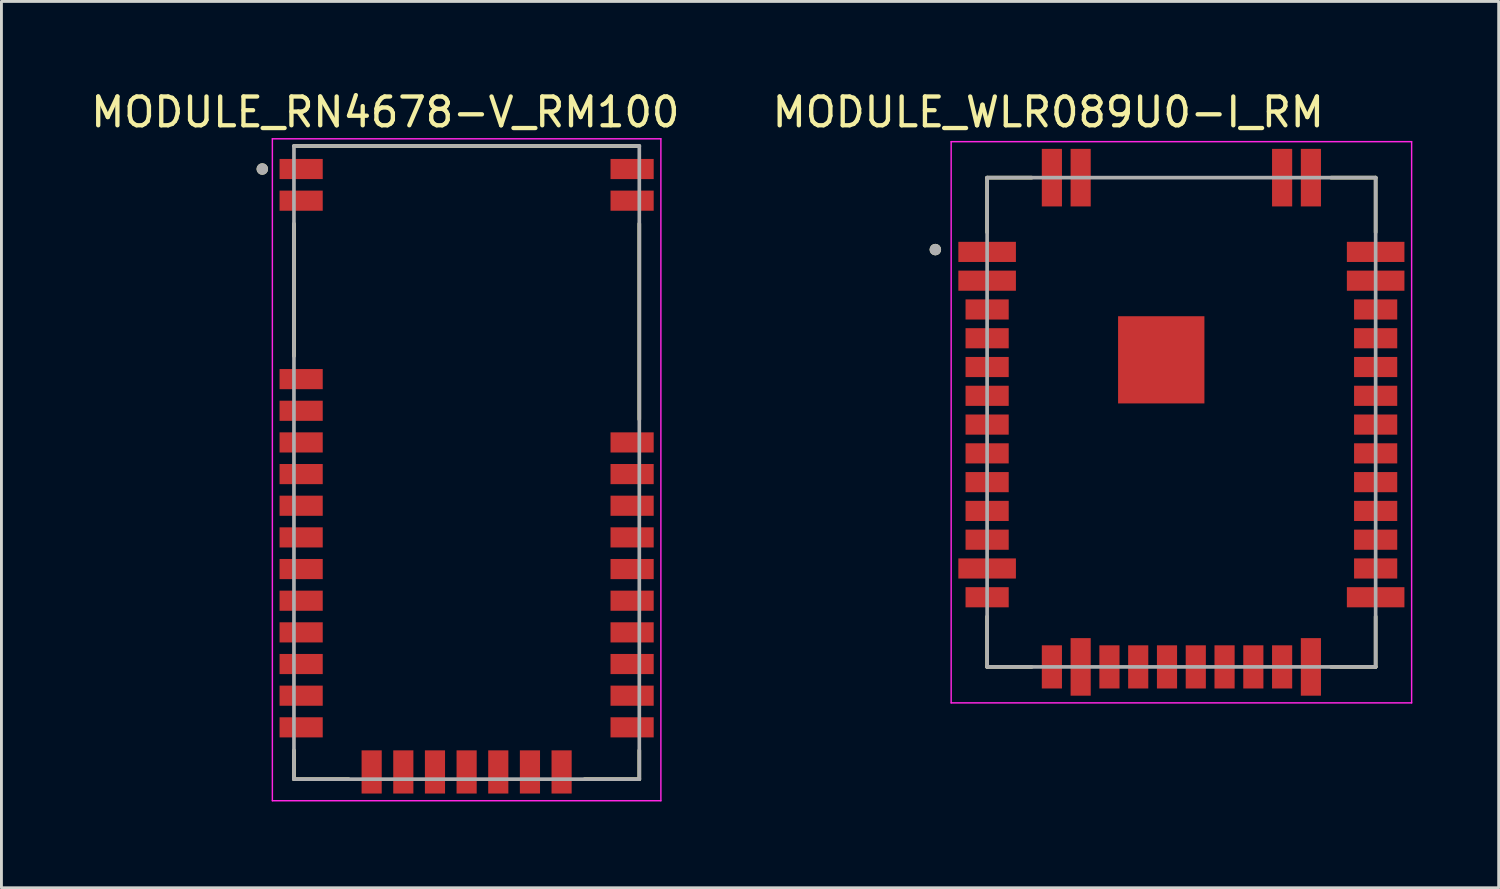
<source format=kicad_pcb>
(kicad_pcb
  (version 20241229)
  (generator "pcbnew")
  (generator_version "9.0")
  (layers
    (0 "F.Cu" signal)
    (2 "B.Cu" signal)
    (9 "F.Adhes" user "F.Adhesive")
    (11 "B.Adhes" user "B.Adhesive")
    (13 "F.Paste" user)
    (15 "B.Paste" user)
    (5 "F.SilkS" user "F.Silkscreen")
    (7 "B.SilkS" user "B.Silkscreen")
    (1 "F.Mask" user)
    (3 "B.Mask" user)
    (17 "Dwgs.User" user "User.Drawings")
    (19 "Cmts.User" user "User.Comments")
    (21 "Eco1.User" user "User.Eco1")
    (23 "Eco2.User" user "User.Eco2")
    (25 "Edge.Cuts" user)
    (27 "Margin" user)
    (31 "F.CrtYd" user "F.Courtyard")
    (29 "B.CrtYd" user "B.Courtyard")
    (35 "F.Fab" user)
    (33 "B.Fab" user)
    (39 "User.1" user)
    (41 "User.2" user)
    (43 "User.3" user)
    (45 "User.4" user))
  (footprint "MODULE_WLR089U0-I_RM"
    (layer "F.Cu")
    (at 38 11.623)
    (property "Reference" "MODULE_WLR089U0-I_RM" (at -4.625 -10.775 0) (layer "F.SilkS") (effects (font (size 1 1) (thickness 0.15))))
    (attr smd)
    (fp_line (start -6.75 -8.5) (end -6.75 -6.6) (stroke (width 0.127) (type solid)) (layer "F.SilkS"))
    (fp_line (start -6.75 6.75) (end -6.75 8.5) (stroke (width 0.127) (type solid)) (layer "F.SilkS"))
    (fp_line (start -6.75 8.5) (end -5.2 8.5) (stroke (width 0.127) (type solid)) (layer "F.SilkS"))
    (fp_line (start -5.2 -8.5) (end -6.75 -8.5) (stroke (width 0.127) (type solid)) (layer "F.SilkS"))
    (fp_line (start 5.2 8.5) (end 6.75 8.5) (stroke (width 0.127) (type solid)) (layer "F.SilkS"))
    (fp_line (start 6.75 -8.5) (end 5.2 -8.5) (stroke (width 0.127) (type solid)) (layer "F.SilkS"))
    (fp_line (start 6.75 -6.6) (end 6.75 -8.5) (stroke (width 0.127) (type solid)) (layer "F.SilkS"))
    (fp_line (start 6.75 8.5) (end 6.75 6.75) (stroke (width 0.127) (type solid)) (layer "F.SilkS"))
    (fp_circle (center -8.55 -6) (end -8.45 -6) (stroke (width 0.2) (type solid)) (fill no) (layer "F.SilkS"))
    (fp_poly (pts (xy -1.76 -3.241) (xy 0.36 -3.241) (xy 0.36 -1.099) (xy -1.76 -1.099)) (stroke (width 0.01) (type solid)) (fill yes) (layer "F.Paste"))
    (fp_line (start -8 -9.75) (end 8 -9.75) (stroke (width 0.05) (type solid)) (layer "F.CrtYd"))
    (fp_line (start -8 9.75) (end -8 -9.75) (stroke (width 0.05) (type solid)) (layer "F.CrtYd"))
    (fp_line (start 8 -9.75) (end 8 9.75) (stroke (width 0.05) (type solid)) (layer "F.CrtYd"))
    (fp_line (start 8 9.75) (end -8 9.75) (stroke (width 0.05) (type solid)) (layer "F.CrtYd"))
    (fp_line (start -6.75 -8.5) (end 6.75 -8.5) (stroke (width 0.127) (type solid)) (layer "F.Fab"))
    (fp_line (start -6.75 8.5) (end -6.75 -8.5) (stroke (width 0.127) (type solid)) (layer "F.Fab"))
    (fp_line (start 6.75 -8.5) (end 6.75 8.5) (stroke (width 0.127) (type solid)) (layer "F.Fab"))
    (fp_line (start 6.75 8.5) (end -6.75 8.5) (stroke (width 0.127) (type solid)) (layer "F.Fab"))
    (fp_circle (center -8.55 -6) (end -8.45 -6) (stroke (width 0.2) (type solid)) (fill no) (layer "F.Fab"))
    (pad "1" smd rect (at -6.75 -5.92) (size 2 0.7) (layers "F.Cu" "F.Mask" "F.Paste"))
    (pad "2" smd rect (at -6.75 -4.92) (size 2 0.7) (layers "F.Cu" "F.Mask" "F.Paste"))
    (pad "3" smd rect (at -6.75 -3.92) (size 1.5 0.7) (layers "F.Cu" "F.Mask" "F.Paste"))
    (pad "4" smd rect (at -6.75 -2.92) (size 1.5 0.7) (layers "F.Cu" "F.Mask" "F.Paste"))
    (pad "5" smd rect (at -6.75 -1.92) (size 1.5 0.7) (layers "F.Cu" "F.Mask" "F.Paste"))
    (pad "6" smd rect (at -6.75 -0.92) (size 1.5 0.7) (layers "F.Cu" "F.Mask" "F.Paste"))
    (pad "7" smd rect (at -6.75 0.08) (size 1.5 0.7) (layers "F.Cu" "F.Mask" "F.Paste"))
    (pad "8" smd rect (at -6.75 1.08) (size 1.5 0.7) (layers "F.Cu" "F.Mask" "F.Paste"))
    (pad "9" smd rect (at -6.75 2.08) (size 1.5 0.7) (layers "F.Cu" "F.Mask" "F.Paste"))
    (pad "10" smd rect (at -6.75 3.08) (size 1.5 0.7) (layers "F.Cu" "F.Mask" "F.Paste"))
    (pad "11" smd rect (at -6.75 4.08) (size 1.5 0.7) (layers "F.Cu" "F.Mask" "F.Paste"))
    (pad "12" smd rect (at -6.75 5.08) (size 2 0.7) (layers "F.Cu" "F.Mask" "F.Paste"))
    (pad "13" smd rect (at -6.75 6.08) (size 1.5 0.7) (layers "F.Cu" "F.Mask" "F.Paste"))
    (pad "14" smd rect (at -4.5 8.5) (size 0.7 1.5) (layers "F.Cu" "F.Mask" "F.Paste"))
    (pad "15" smd rect (at -3.5 8.5) (size 0.7 2) (layers "F.Cu" "F.Mask" "F.Paste"))
    (pad "16" smd rect (at -2.5 8.5) (size 0.7 1.5) (layers "F.Cu" "F.Mask" "F.Paste"))
    (pad "17" smd rect (at -1.5 8.5) (size 0.7 1.5) (layers "F.Cu" "F.Mask" "F.Paste"))
    (pad "18" smd rect (at -0.5 8.5) (size 0.7 1.5) (layers "F.Cu" "F.Mask" "F.Paste"))
    (pad "19" smd rect (at 0.5 8.5) (size 0.7 1.5) (layers "F.Cu" "F.Mask" "F.Paste"))
    (pad "20" smd rect (at 1.5 8.5) (size 0.7 1.5) (layers "F.Cu" "F.Mask" "F.Paste"))
    (pad "21" smd rect (at 2.5 8.5) (size 0.7 1.5) (layers "F.Cu" "F.Mask" "F.Paste"))
    (pad "22" smd rect (at 3.5 8.5) (size 0.7 1.5) (layers "F.Cu" "F.Mask" "F.Paste"))
    (pad "23" smd rect (at 4.5 8.5) (size 0.7 2) (layers "F.Cu" "F.Mask" "F.Paste"))
    (pad "24" smd rect (at 6.75 6.08) (size 2 0.7) (layers "F.Cu" "F.Mask" "F.Paste"))
    (pad "25" smd rect (at 6.75 5.08) (size 1.5 0.7) (layers "F.Cu" "F.Mask" "F.Paste"))
    (pad "26" smd rect (at 6.75 4.08) (size 1.5 0.7) (layers "F.Cu" "F.Mask" "F.Paste"))
    (pad "27" smd rect (at 6.75 3.08) (size 1.5 0.7) (layers "F.Cu" "F.Mask" "F.Paste"))
    (pad "28" smd rect (at 6.75 2.08) (size 1.5 0.7) (layers "F.Cu" "F.Mask" "F.Paste"))
    (pad "29" smd rect (at 6.75 1.08) (size 1.5 0.7) (layers "F.Cu" "F.Mask" "F.Paste"))
    (pad "30" smd rect (at 6.75 0.08) (size 1.5 0.7) (layers "F.Cu" "F.Mask" "F.Paste"))
    (pad "31" smd rect (at 6.75 -0.92) (size 1.5 0.7) (layers "F.Cu" "F.Mask" "F.Paste"))
    (pad "32" smd rect (at 6.75 -1.92) (size 1.5 0.7) (layers "F.Cu" "F.Mask" "F.Paste"))
    (pad "33" smd rect (at 6.75 -2.92) (size 1.5 0.7) (layers "F.Cu" "F.Mask" "F.Paste"))
    (pad "34" smd rect (at 6.75 -3.92) (size 1.5 0.7) (layers "F.Cu" "F.Mask" "F.Paste"))
    (pad "35" smd rect (at 6.75 -4.92) (size 2 0.7) (layers "F.Cu" "F.Mask" "F.Paste"))
    (pad "36" smd rect (at 6.75 -5.92) (size 2 0.7) (layers "F.Cu" "F.Mask" "F.Paste"))
    (pad "37" smd rect (at 4.5 -8.5) (size 0.7 2) (layers "F.Cu" "F.Mask" "F.Paste"))
    (pad "38" smd rect (at 3.5 -8.5) (size 0.7 2) (layers "F.Cu" "F.Mask" "F.Paste"))
    (pad "39" smd rect (at -3.5 -8.5) (size 0.7 2) (layers "F.Cu" "F.Mask" "F.Paste"))
    (pad "40" smd rect (at -4.5 -8.5) (size 0.7 2) (layers "F.Cu" "F.Mask" "F.Paste"))
    (pad "41" smd rect (at -0.7 -2.17) (size 3 3.03) (layers "F.Cu" "F.Mask")))
  (footprint "MODULE_RN4678-V_RM100"
    (layer "F.Cu")
    (at 13.164 13.023)
    (property "Reference" "MODULE_RN4678-V_RM100" (at -2.825 -12.175 0) (layer "F.SilkS") (effects (font (size 1 1) (thickness 0.15))))
    (attr smd)
    (fp_line (start -6 -11) (end 6 -11) (stroke (width 0.127) (type solid)) (layer "F.SilkS"))
    (fp_line (start -6 -8.3) (end -6 -3.7) (stroke (width 0.127) (type solid)) (layer "F.SilkS"))
    (fp_line (start -6 10) (end -6 11) (stroke (width 0.127) (type solid)) (layer "F.SilkS"))
    (fp_line (start -6 11) (end -4.1 11) (stroke (width 0.127) (type solid)) (layer "F.SilkS"))
    (fp_line (start 4.1 11) (end 6 11) (stroke (width 0.127) (type solid)) (layer "F.SilkS"))
    (fp_line (start 6 -8.3) (end 6 -1.5) (stroke (width 0.127) (type solid)) (layer "F.SilkS"))
    (fp_line (start 6 11) (end 6 10) (stroke (width 0.127) (type solid)) (layer "F.SilkS"))
    (fp_circle (center -7.1 -10.2) (end -7 -10.2) (stroke (width 0.2) (type solid)) (fill no) (layer "F.SilkS"))
    (fp_line (start -6.75 -11.25) (end 6.75 -11.25) (stroke (width 0.05) (type solid)) (layer "F.CrtYd"))
    (fp_line (start -6.75 11.75) (end -6.75 -11.25) (stroke (width 0.05) (type solid)) (layer "F.CrtYd"))
    (fp_line (start 6.75 -11.25) (end 6.75 11.75) (stroke (width 0.05) (type solid)) (layer "F.CrtYd"))
    (fp_line (start 6.75 11.75) (end -6.75 11.75) (stroke (width 0.05) (type solid)) (layer "F.CrtYd"))
    (fp_line (start -6 -11) (end 6 -11) (stroke (width 0.127) (type solid)) (layer "F.Fab"))
    (fp_line (start -6 11) (end -6 -11) (stroke (width 0.127) (type solid)) (layer "F.Fab"))
    (fp_line (start 6 -11) (end 6 11) (stroke (width 0.127) (type solid)) (layer "F.Fab"))
    (fp_line (start 6 11) (end -6 11) (stroke (width 0.127) (type solid)) (layer "F.Fab"))
    (fp_circle (center -7.1 -10.2) (end -7 -10.2) (stroke (width 0.2) (type solid)) (fill no) (layer "F.Fab"))
    (pad "1" smd rect (at -5.75 -10.2) (size 1.5 0.7) (layers "F.Cu" "F.Mask" "F.Paste"))
    (pad "2" smd rect (at -5.75 -9.1) (size 1.5 0.7) (layers "F.Cu" "F.Mask" "F.Paste"))
    (pad "3" smd rect (at -5.75 -2.9) (size 1.5 0.7) (layers "F.Cu" "F.Mask" "F.Paste"))
    (pad "4" smd rect (at -5.75 -1.8) (size 1.5 0.7) (layers "F.Cu" "F.Mask" "F.Paste"))
    (pad "5" smd rect (at -5.75 -0.7) (size 1.5 0.7) (layers "F.Cu" "F.Mask" "F.Paste"))
    (pad "6" smd rect (at -5.75 0.4) (size 1.5 0.7) (layers "F.Cu" "F.Mask" "F.Paste"))
    (pad "7" smd rect (at -5.75 1.5) (size 1.5 0.7) (layers "F.Cu" "F.Mask" "F.Paste"))
    (pad "8" smd rect (at -5.75 2.6) (size 1.5 0.7) (layers "F.Cu" "F.Mask" "F.Paste"))
    (pad "9" smd rect (at -5.75 3.7) (size 1.5 0.7) (layers "F.Cu" "F.Mask" "F.Paste"))
    (pad "10" smd rect (at -5.75 4.8) (size 1.5 0.7) (layers "F.Cu" "F.Mask" "F.Paste"))
    (pad "11" smd rect (at -5.75 5.9) (size 1.5 0.7) (layers "F.Cu" "F.Mask" "F.Paste"))
    (pad "12" smd rect (at -5.75 7) (size 1.5 0.7) (layers "F.Cu" "F.Mask" "F.Paste"))
    (pad "13" smd rect (at -5.75 8.1) (size 1.5 0.7) (layers "F.Cu" "F.Mask" "F.Paste"))
    (pad "14" smd rect (at -5.75 9.2) (size 1.5 0.7) (layers "F.Cu" "F.Mask" "F.Paste"))
    (pad "15" smd rect (at -3.3 10.75) (size 0.7 1.5) (layers "F.Cu" "F.Mask" "F.Paste"))
    (pad "16" smd rect (at -2.2 10.75) (size 0.7 1.5) (layers "F.Cu" "F.Mask" "F.Paste"))
    (pad "17" smd rect (at -1.1 10.75) (size 0.7 1.5) (layers "F.Cu" "F.Mask" "F.Paste"))
    (pad "18" smd rect (at 0 10.75) (size 0.7 1.5) (layers "F.Cu" "F.Mask" "F.Paste"))
    (pad "19" smd rect (at 1.1 10.75) (size 0.7 1.5) (layers "F.Cu" "F.Mask" "F.Paste"))
    (pad "20" smd rect (at 2.2 10.75) (size 0.7 1.5) (layers "F.Cu" "F.Mask" "F.Paste"))
    (pad "21" smd rect (at 3.3 10.75) (size 0.7 1.5) (layers "F.Cu" "F.Mask" "F.Paste"))
    (pad "22" smd rect (at 5.75 9.2) (size 1.5 0.7) (layers "F.Cu" "F.Mask" "F.Paste"))
    (pad "23" smd rect (at 5.75 8.1) (size 1.5 0.7) (layers "F.Cu" "F.Mask" "F.Paste"))
    (pad "24" smd rect (at 5.75 7) (size 1.5 0.7) (layers "F.Cu" "F.Mask" "F.Paste"))
    (pad "25" smd rect (at 5.75 5.9) (size 1.5 0.7) (layers "F.Cu" "F.Mask" "F.Paste"))
    (pad "26" smd rect (at 5.75 4.8) (size 1.5 0.7) (layers "F.Cu" "F.Mask" "F.Paste"))
    (pad "27" smd rect (at 5.75 3.7) (size 1.5 0.7) (layers "F.Cu" "F.Mask" "F.Paste"))
    (pad "28" smd rect (at 5.75 2.6) (size 1.5 0.7) (layers "F.Cu" "F.Mask" "F.Paste"))
    (pad "29" smd rect (at 5.75 1.5) (size 1.5 0.7) (layers "F.Cu" "F.Mask" "F.Paste"))
    (pad "30" smd rect (at 5.75 0.4) (size 1.5 0.7) (layers "F.Cu" "F.Mask" "F.Paste"))
    (pad "31" smd rect (at 5.75 -0.7) (size 1.5 0.7) (layers "F.Cu" "F.Mask" "F.Paste"))
    (pad "32" smd rect (at 5.75 -9.1) (size 1.5 0.7) (layers "F.Cu" "F.Mask" "F.Paste"))
    (pad "33" smd rect (at 5.75 -10.2) (size 1.5 0.7) (layers "F.Cu" "F.Mask" "F.Paste"))
    (zone (net_name "") (layer "F.Cu") (hatch full 0.508) (connect_pads) (min_thickness 0.01) (filled_areas_thickness no) (keepout (tracks not_allowed) (vias not_allowed) (pads not_allowed) (copperpour not_allowed) (footprints allowed)) (placement (enabled no)) (fill) (polygon (pts (xy 16.064 6.023) (xy 19.164 6.023) (xy 19.164 9.123) (xy 16.064 9.123))))
    (zone (net_name "") (layers "F.Cu" "B.Cu") (hatch full 0.508) (connect_pads) (min_thickness 0.01) (filled_areas_thickness no) (keepout (tracks allowed) (vias not_allowed) (pads allowed) (copperpour allowed) (footprints allowed)) (placement (enabled no)) (fill) (polygon (pts (xy 16.064 6.023) (xy 19.164 6.023) (xy 19.164 9.123) (xy 16.064 9.123)))))
  (gr_rect
    (start -3 -3)
    (end 49.025 27.798)
    (stroke (width 0.1) (type default))
    (fill no)
    (layer "Edge.Cuts")))
</source>
